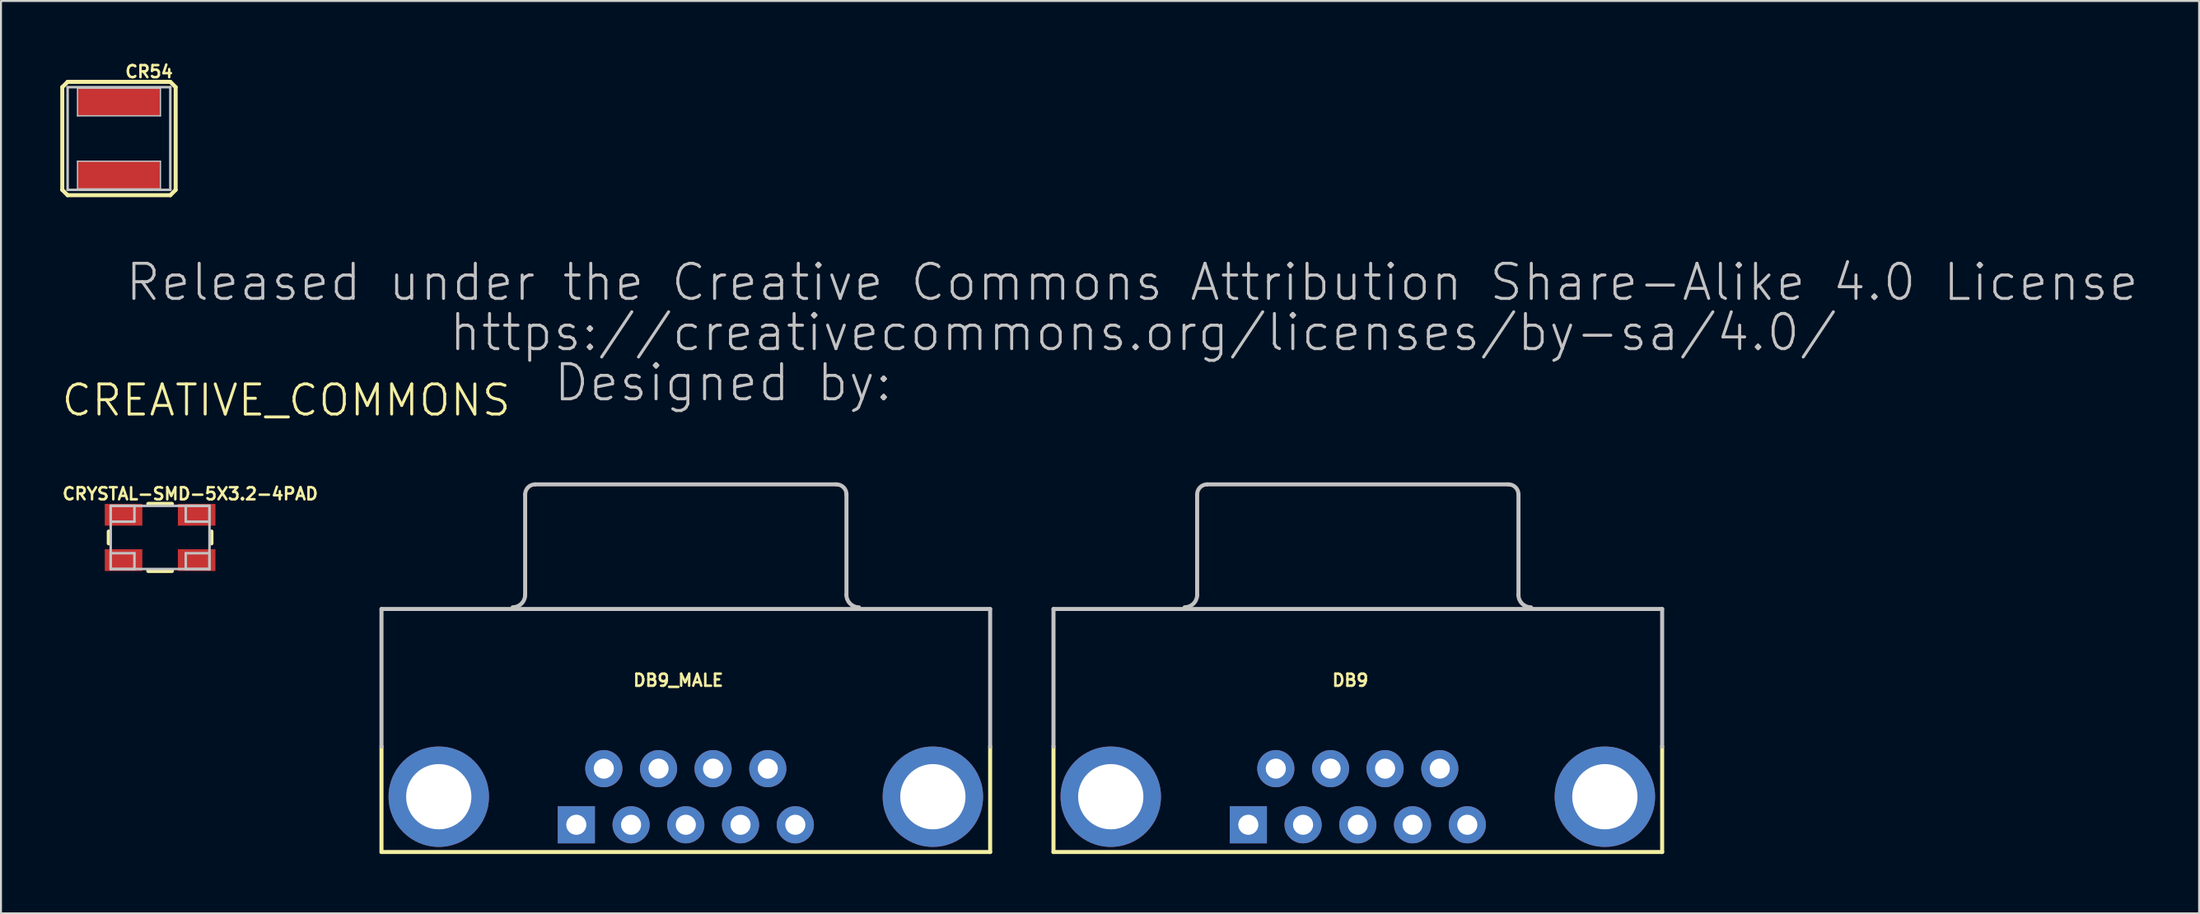
<source format=kicad_pcb>
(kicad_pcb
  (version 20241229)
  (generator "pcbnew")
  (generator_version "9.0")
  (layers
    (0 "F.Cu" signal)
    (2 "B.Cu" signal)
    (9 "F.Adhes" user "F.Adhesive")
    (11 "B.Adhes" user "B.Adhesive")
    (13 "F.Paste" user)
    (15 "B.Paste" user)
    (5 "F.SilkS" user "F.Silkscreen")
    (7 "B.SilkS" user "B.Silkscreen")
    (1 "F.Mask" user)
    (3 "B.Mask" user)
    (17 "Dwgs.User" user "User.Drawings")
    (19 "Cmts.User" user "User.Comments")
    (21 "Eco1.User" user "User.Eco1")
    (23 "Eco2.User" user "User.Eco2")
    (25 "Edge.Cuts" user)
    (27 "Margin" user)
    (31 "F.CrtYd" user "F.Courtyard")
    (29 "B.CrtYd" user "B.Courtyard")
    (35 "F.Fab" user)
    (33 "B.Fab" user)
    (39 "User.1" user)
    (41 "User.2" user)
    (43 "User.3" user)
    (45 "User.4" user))
  (footprint "DB9"
    (layer "F.Cu")
    (at 65.645 37.269)
    (property "Reference" "DB9" (at -0.381 -5.893 0) (layer "F.SilkS") (effects (font (size 0.61 0.61) (thickness 0.127))))
    (attr exclude_from_pos_files exclude_from_bom)
    (fp_line (start -15.397 2.799) (end -15.397 -2.54) (stroke (width 0.203) (type solid)) (layer "F.SilkS"))
    (fp_line (start -15.397 2.799) (end 15.397 2.799) (stroke (width 0.203) (type solid)) (layer "F.SilkS"))
    (fp_line (start 15.397 2.799) (end 15.397 -2.54) (stroke (width 0.203) (type solid)) (layer "F.SilkS"))
    (fp_line (start -15.397 -9.5) (end 15.397 -9.5) (stroke (width 0.203) (type solid)) (layer "Dwgs.User"))
    (fp_line (start -15.397 -2.543) (end -15.397 -9.5) (stroke (width 0.203) (type solid)) (layer "Dwgs.User"))
    (fp_line (start -8.128 -10.218) (end -8.128 -15.298) (stroke (width 0.203) (type solid)) (layer "Dwgs.User"))
    (fp_line (start -7.62 -15.806) (end 7.62 -15.806) (stroke (width 0.203) (type solid)) (layer "Dwgs.User"))
    (fp_line (start 8.128 -10.218) (end 8.128 -15.298) (stroke (width 0.203) (type solid)) (layer "Dwgs.User"))
    (fp_line (start 15.397 -2.54) (end 15.397 -9.5) (stroke (width 0.203) (type solid)) (layer "Dwgs.User"))
    (fp_arc (start -8.128 -15.29842) (mid -7.97921 -15.65763) (end -7.62 -15.80642) (stroke (width 0.2032) (type solid)) (layer "Dwgs.User"))
    (fp_arc (start -8.128 -10.21842) (mid -8.313243 -9.771203) (end -8.76046 -9.58596) (stroke (width 0.2032) (type solid)) (layer "Dwgs.User"))
    (fp_arc (start 7.62 -15.80642) (mid 7.97921 -15.65763) (end 8.128 -15.29842) (stroke (width 0.2032) (type solid)) (layer "Dwgs.User"))
    (fp_arc (start 8.76046 -9.58342) (mid 8.311447 -9.769407) (end 8.12546 -10.21842) (stroke (width 0.2032) (type solid)) (layer "Dwgs.User"))
    (pad "1" thru_hole rect (at -5.54 1.42) (size 1.88 1.88) (drill 1.016) (layers "*.Cu" "*.Paste" "*.Mask"))
    (pad "2" thru_hole circle (at -2.769 1.42) (size 1.88 1.88) (drill 1.016) (layers "*.Cu" "*.Paste" "*.Mask"))
    (pad "3" thru_hole circle (at 0 1.42) (size 1.88 1.88) (drill 1.016) (layers "*.Cu" "*.Paste" "*.Mask"))
    (pad "4" thru_hole circle (at 2.769 1.42) (size 1.88 1.88) (drill 1.016) (layers "*.Cu" "*.Paste" "*.Mask"))
    (pad "5" thru_hole circle (at 5.54 1.42) (size 1.88 1.88) (drill 1.016) (layers "*.Cu" "*.Paste" "*.Mask"))
    (pad "6" thru_hole circle (at -4.148 -1.42) (size 1.88 1.88) (drill 1.016) (layers "*.Cu" "*.Paste" "*.Mask"))
    (pad "7" thru_hole circle (at -1.379 -1.42) (size 1.88 1.88) (drill 1.016) (layers "*.Cu" "*.Paste" "*.Mask"))
    (pad "8" thru_hole circle (at 1.379 -1.42) (size 1.88 1.88) (drill 1.016) (layers "*.Cu" "*.Paste" "*.Mask"))
    (pad "9" thru_hole circle (at 4.148 -1.42) (size 1.88 1.88) (drill 1.016) (layers "*.Cu" "*.Paste" "*.Mask"))
    (pad "G1" thru_hole circle (at -12.499 0) (size 5.08 5.08) (drill 3.302) (layers "*.Cu" "*.Paste" "*.Mask"))
    (pad "G2" thru_hole circle (at 12.499 0) (size 5.08 5.08) (drill 3.302) (layers "*.Cu" "*.Paste" "*.Mask")))
  (footprint "DB9_MALE"
    (layer "F.Cu")
    (at 31.647 37.269)
    (property "Reference" "DB9_MALE" (at -0.381 -5.893 0) (layer "F.SilkS") (effects (font (size 0.61 0.61) (thickness 0.127))))
    (attr exclude_from_pos_files exclude_from_bom)
    (fp_line (start -15.397 2.799) (end -15.397 -2.54) (stroke (width 0.203) (type solid)) (layer "F.SilkS"))
    (fp_line (start -15.397 2.799) (end 15.397 2.799) (stroke (width 0.203) (type solid)) (layer "F.SilkS"))
    (fp_line (start 15.397 2.799) (end 15.397 -2.54) (stroke (width 0.203) (type solid)) (layer "F.SilkS"))
    (fp_line (start -15.397 -9.5) (end 15.397 -9.5) (stroke (width 0.203) (type solid)) (layer "Dwgs.User"))
    (fp_line (start -15.397 -2.543) (end -15.397 -9.5) (stroke (width 0.203) (type solid)) (layer "Dwgs.User"))
    (fp_line (start -8.128 -10.218) (end -8.128 -15.298) (stroke (width 0.203) (type solid)) (layer "Dwgs.User"))
    (fp_line (start -7.62 -15.806) (end 7.62 -15.806) (stroke (width 0.203) (type solid)) (layer "Dwgs.User"))
    (fp_line (start 8.128 -10.218) (end 8.128 -15.298) (stroke (width 0.203) (type solid)) (layer "Dwgs.User"))
    (fp_line (start 15.397 -2.54) (end 15.397 -9.5) (stroke (width 0.203) (type solid)) (layer "Dwgs.User"))
    (fp_arc (start -8.128 -15.29842) (mid -7.97921 -15.65763) (end -7.62 -15.80642) (stroke (width 0.2032) (type solid)) (layer "Dwgs.User"))
    (fp_arc (start -8.128 -10.21842) (mid -8.313243 -9.771203) (end -8.76046 -9.58596) (stroke (width 0.2032) (type solid)) (layer "Dwgs.User"))
    (fp_arc (start 7.62 -15.80642) (mid 7.97921 -15.65763) (end 8.128 -15.29842) (stroke (width 0.2032) (type solid)) (layer "Dwgs.User"))
    (fp_arc (start 8.76046 -9.58342) (mid 8.311447 -9.769407) (end 8.12546 -10.21842) (stroke (width 0.2032) (type solid)) (layer "Dwgs.User"))
    (pad "1" thru_hole circle (at 5.54 1.42) (size 1.88 1.88) (drill 1.016) (layers "*.Cu" "*.Paste" "*.Mask"))
    (pad "2" thru_hole circle (at 2.769 1.42) (size 1.88 1.88) (drill 1.016) (layers "*.Cu" "*.Paste" "*.Mask"))
    (pad "3" thru_hole circle (at 0 1.42) (size 1.88 1.88) (drill 1.016) (layers "*.Cu" "*.Paste" "*.Mask"))
    (pad "4" thru_hole circle (at -2.769 1.42) (size 1.88 1.88) (drill 1.016) (layers "*.Cu" "*.Paste" "*.Mask"))
    (pad "5" thru_hole rect (at -5.54 1.42) (size 1.88 1.88) (drill 1.016) (layers "*.Cu" "*.Paste" "*.Mask"))
    (pad "6" thru_hole circle (at 4.148 -1.42) (size 1.88 1.88) (drill 1.016) (layers "*.Cu" "*.Paste" "*.Mask"))
    (pad "7" thru_hole circle (at 1.379 -1.42) (size 1.88 1.88) (drill 1.016) (layers "*.Cu" "*.Paste" "*.Mask"))
    (pad "8" thru_hole circle (at -1.379 -1.42) (size 1.88 1.88) (drill 1.016) (layers "*.Cu" "*.Paste" "*.Mask"))
    (pad "9" thru_hole circle (at -4.148 -1.42) (size 1.88 1.88) (drill 1.016) (layers "*.Cu" "*.Paste" "*.Mask"))
    (pad "G1" thru_hole circle (at -12.499 0) (size 5.08 5.08) (drill 3.302) (layers "*.Cu" "*.Paste" "*.Mask"))
    (pad "G2" thru_hole circle (at 12.499 0) (size 5.08 5.08) (drill 3.302) (layers "*.Cu" "*.Paste" "*.Mask")))
  (footprint "CREATIVE_COMMONS"
    (layer "F.Cu")
    (at 11.43 17.206)
    (property "Reference" "CREATIVE_COMMONS" (at 0 0 0) (layer "F.SilkS") (effects (font (size 1.524 1.524) (thickness 0.15))))
    (attr exclude_from_pos_files exclude_from_bom)
    (fp_text user "Released under the Creative Commons Attribution Share-Alike 4.0 License" (at 42.799 -5.969 0) (layer "Dwgs.User") (effects (font (size 1.778 1.778) (thickness 0.152))))
    (fp_text user " https://creativecommons.org/licenses/by-sa/4.0/" (at 42.672 -3.429 0) (layer "Dwgs.User") (effects (font (size 1.778 1.778) (thickness 0.152))))
    (fp_text user "Designed by:" (at 22.098 -0.889 0) (layer "Dwgs.User") (effects (font (size 1.778 1.778) (thickness 0.152)))))
  (footprint "CR54"
    (layer "F.Cu")
    (at 2.969 3.96)
    (property "Reference" "CR54" (at 1.524 -3.381 0) (layer "F.SilkS") (effects (font (size 0.61 0.61) (thickness 0.127))))
    (attr smd)
    (fp_line (start -2.868 -2.598) (end -2.868 2.598) (stroke (width 0.203) (type solid)) (layer "F.SilkS"))
    (fp_line (start -2.868 -2.598) (end -2.598 -2.868) (stroke (width 0.203) (type solid)) (layer "F.SilkS"))
    (fp_line (start -2.868 2.598) (end -2.598 2.868) (stroke (width 0.203) (type solid)) (layer "F.SilkS"))
    (fp_line (start -2.598 2.868) (end 2.598 2.868) (stroke (width 0.203) (type solid)) (layer "F.SilkS"))
    (fp_line (start 2.598 -2.868) (end -2.598 -2.868) (stroke (width 0.203) (type solid)) (layer "F.SilkS"))
    (fp_line (start 2.598 -2.868) (end 2.868 -2.598) (stroke (width 0.203) (type solid)) (layer "F.SilkS"))
    (fp_line (start 2.598 2.868) (end 2.868 2.598) (stroke (width 0.203) (type solid)) (layer "F.SilkS"))
    (fp_line (start 2.868 2.598) (end 2.868 -2.598) (stroke (width 0.203) (type solid)) (layer "F.SilkS"))
    (fp_line (start -2.598 -2.598) (end -2.598 2.598) (stroke (width 0.127) (type solid)) (layer "Dwgs.User"))
    (fp_line (start -2.598 2.598) (end 2.598 2.598) (stroke (width 0.127) (type solid)) (layer "Dwgs.User"))
    (fp_line (start -2.098 -2.548) (end 2.098 -2.548) (stroke (width 0.066) (type solid)) (layer "Dwgs.User"))
    (fp_line (start -2.098 -1.148) (end -2.098 -2.548) (stroke (width 0.066) (type solid)) (layer "Dwgs.User"))
    (fp_line (start -2.098 -1.148) (end 2.098 -1.148) (stroke (width 0.066) (type solid)) (layer "Dwgs.User"))
    (fp_line (start -2.098 1.148) (end 2.098 1.148) (stroke (width 0.066) (type solid)) (layer "Dwgs.User"))
    (fp_line (start -2.098 2.548) (end -2.098 1.148) (stroke (width 0.066) (type solid)) (layer "Dwgs.User"))
    (fp_line (start -2.098 2.548) (end 2.098 2.548) (stroke (width 0.066) (type solid)) (layer "Dwgs.User"))
    (fp_line (start 2.098 -1.148) (end 2.098 -2.548) (stroke (width 0.066) (type solid)) (layer "Dwgs.User"))
    (fp_line (start 2.098 2.548) (end 2.098 1.148) (stroke (width 0.066) (type solid)) (layer "Dwgs.User"))
    (fp_line (start 2.598 -2.598) (end -2.598 -2.598) (stroke (width 0.127) (type solid)) (layer "Dwgs.User"))
    (fp_line (start 2.598 2.598) (end 2.598 -2.598) (stroke (width 0.127) (type solid)) (layer "Dwgs.User"))
    (pad "P$1" smd rect (at 0 -1.849) (size 4.199 1.4) (layers "F.Cu" "F.Mask" "F.Paste"))
    (pad "P$2" smd rect (at 0 1.849) (size 4.199 1.4) (layers "F.Cu" "F.Mask" "F.Paste")))
  (footprint "CRYSTAL-SMD-5X3.2-4PAD"
    (layer "F.Cu")
    (at 5.05 24.148)
    (property "Reference" "CRYSTAL-SMD-5X3.2-4PAD" (at 1.524 -2.207 0) (layer "F.SilkS") (effects (font (size 0.61 0.61) (thickness 0.127))))
    (attr smd)
    (fp_line (start -2.598 -0.3) (end -2.598 0.3) (stroke (width 0.203) (type solid)) (layer "F.SilkS"))
    (fp_line (start -0.599 -1.699) (end 0.599 -1.699) (stroke (width 0.203) (type solid)) (layer "F.SilkS"))
    (fp_line (start 0.599 1.699) (end -0.599 1.699) (stroke (width 0.203) (type solid)) (layer "F.SilkS"))
    (fp_line (start 2.598 -0.3) (end 2.598 0.3) (stroke (width 0.203) (type solid)) (layer "F.SilkS"))
    (fp_line (start -2.499 -1.598) (end -2.499 -0.798) (stroke (width 0.127) (type solid)) (layer "Dwgs.User"))
    (fp_line (start -2.499 -1.598) (end -2.499 1.598) (stroke (width 0.127) (type solid)) (layer "Dwgs.User"))
    (fp_line (start -2.499 -0.798) (end -1.298 -0.798) (stroke (width 0.127) (type solid)) (layer "Dwgs.User"))
    (fp_line (start -2.499 0.798) (end -2.499 1.598) (stroke (width 0.127) (type solid)) (layer "Dwgs.User"))
    (fp_line (start -2.499 1.598) (end -1.298 1.598) (stroke (width 0.127) (type solid)) (layer "Dwgs.User"))
    (fp_line (start -2.499 1.598) (end 2.499 1.598) (stroke (width 0.127) (type solid)) (layer "Dwgs.User"))
    (fp_line (start -1.298 -1.598) (end -2.499 -1.598) (stroke (width 0.127) (type solid)) (layer "Dwgs.User"))
    (fp_line (start -1.298 -0.798) (end -1.298 -1.598) (stroke (width 0.127) (type solid)) (layer "Dwgs.User"))
    (fp_line (start -1.298 0.798) (end -2.499 0.798) (stroke (width 0.127) (type solid)) (layer "Dwgs.User"))
    (fp_line (start -1.298 1.598) (end -1.298 0.798) (stroke (width 0.127) (type solid)) (layer "Dwgs.User"))
    (fp_line (start 1.298 -1.598) (end 1.298 -0.798) (stroke (width 0.127) (type solid)) (layer "Dwgs.User"))
    (fp_line (start 1.298 -0.798) (end 2.499 -0.798) (stroke (width 0.127) (type solid)) (layer "Dwgs.User"))
    (fp_line (start 1.298 0.798) (end 1.298 1.598) (stroke (width 0.127) (type solid)) (layer "Dwgs.User"))
    (fp_line (start 1.298 1.598) (end 2.499 1.598) (stroke (width 0.127) (type solid)) (layer "Dwgs.User"))
    (fp_line (start 2.499 -1.598) (end -2.499 -1.598) (stroke (width 0.127) (type solid)) (layer "Dwgs.User"))
    (fp_line (start 2.499 -1.598) (end 1.298 -1.598) (stroke (width 0.127) (type solid)) (layer "Dwgs.User"))
    (fp_line (start 2.499 -0.798) (end 2.499 -1.598) (stroke (width 0.127) (type solid)) (layer "Dwgs.User"))
    (fp_line (start 2.499 0.798) (end 1.298 0.798) (stroke (width 0.127) (type solid)) (layer "Dwgs.User"))
    (fp_line (start 2.499 1.598) (end 2.499 -1.598) (stroke (width 0.127) (type solid)) (layer "Dwgs.User"))
    (fp_line (start 2.499 1.598) (end 2.499 0.798) (stroke (width 0.127) (type solid)) (layer "Dwgs.User"))
    (pad "1" smd rect (at -1.849 1.148) (size 1.9 1.1) (layers "F.Cu" "F.Mask" "F.Paste"))
    (pad "2" smd rect (at 1.849 1.148) (size 1.9 1.1) (layers "F.Cu" "F.Mask" "F.Paste"))
    (pad "3" smd rect (at 1.849 -1.148) (size 1.9 1.1) (layers "F.Cu" "F.Mask" "F.Paste"))
    (pad "4" smd rect (at -1.849 -1.148) (size 1.9 1.1) (layers "F.Cu" "F.Mask" "F.Paste")))
  (gr_rect
    (start -3 -3)
    (end 108.207 43.17)
    (stroke (width 0.1) (type default))
    (fill no)
    (layer "Edge.Cuts")))
</source>
